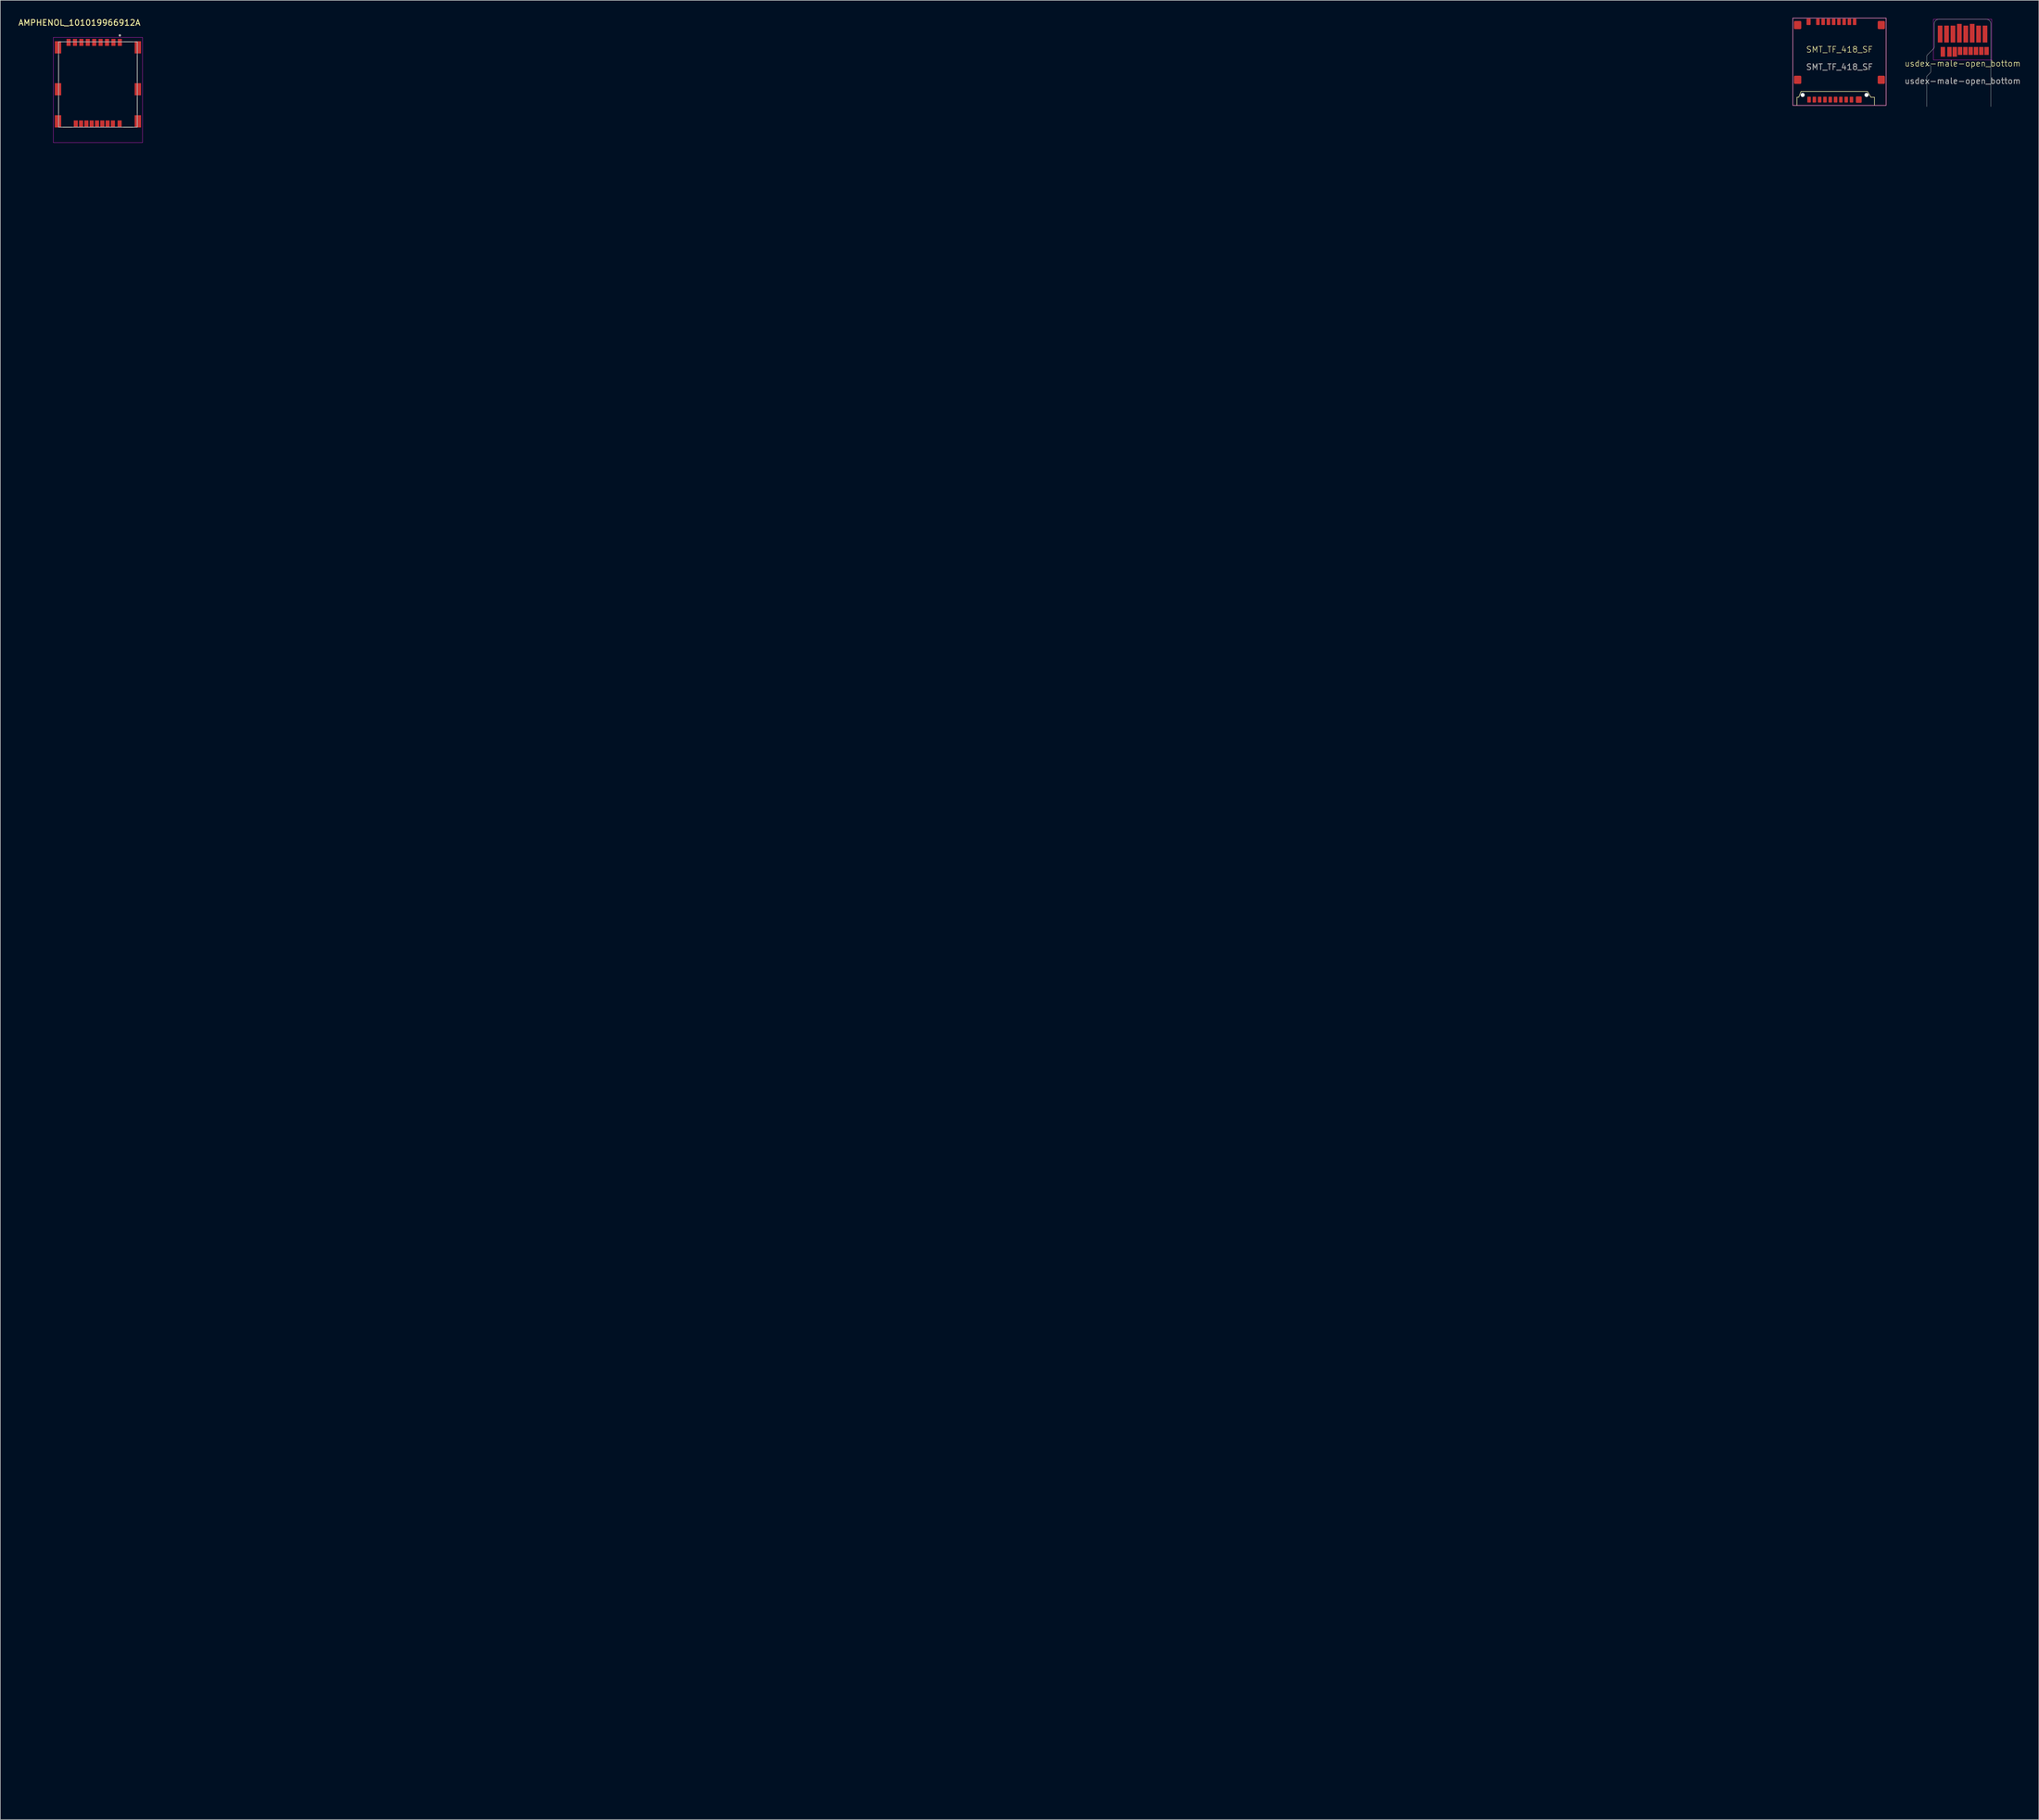
<source format=kicad_pcb>
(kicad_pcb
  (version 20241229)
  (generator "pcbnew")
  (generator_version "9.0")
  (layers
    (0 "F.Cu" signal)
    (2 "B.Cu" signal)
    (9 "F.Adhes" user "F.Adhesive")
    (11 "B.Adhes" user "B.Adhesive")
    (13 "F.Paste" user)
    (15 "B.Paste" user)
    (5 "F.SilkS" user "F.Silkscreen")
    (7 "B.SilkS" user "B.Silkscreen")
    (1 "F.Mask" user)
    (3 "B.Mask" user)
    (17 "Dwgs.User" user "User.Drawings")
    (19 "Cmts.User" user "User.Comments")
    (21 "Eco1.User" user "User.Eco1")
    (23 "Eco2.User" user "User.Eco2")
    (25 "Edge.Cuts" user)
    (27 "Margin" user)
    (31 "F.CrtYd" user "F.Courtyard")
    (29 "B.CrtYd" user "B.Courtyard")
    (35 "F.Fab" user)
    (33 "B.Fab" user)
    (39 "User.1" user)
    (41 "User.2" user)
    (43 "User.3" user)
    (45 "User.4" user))
  (footprint "AMPHENOL_101019966912A"
    (layer "F.Cu")
    (at 13.752 11.453)
    (property "Reference" "AMPHENOL_101019966912A" (at -3.175 -10.605 180) (layer "F.SilkS") (effects (font (size 1 1) (thickness 0.15))))
    (attr smd)
    (fp_line (start -6.75 -5.005) (end -6.75 -0.545) (stroke (width 0.127) (type solid)) (layer "F.SilkS"))
    (fp_line (start -6.75 2.195) (end -6.75 4.955) (stroke (width 0.127) (type solid)) (layer "F.SilkS"))
    (fp_line (start -4.47 7.325) (end -5.98 7.325) (stroke (width 0.127) (type solid)) (layer "F.SilkS"))
    (fp_line (start 4.43 -7.325) (end 5.98 -7.325) (stroke (width 0.127) (type solid)) (layer "F.SilkS"))
    (fp_line (start 5.98 7.325) (end 4.39 7.325) (stroke (width 0.127) (type solid)) (layer "F.SilkS"))
    (fp_line (start 6.75 -5.005) (end 6.75 -0.545) (stroke (width 0.127) (type solid)) (layer "F.SilkS"))
    (fp_line (start 6.75 2.195) (end 6.75 4.955) (stroke (width 0.127) (type solid)) (layer "F.SilkS"))
    (fp_circle (center 3.76 -8.425) (end 3.86 -8.425) (stroke (width 0.2) (type solid)) (fill no) (layer "F.SilkS"))
    (fp_line (start -7.65 -8.075) (end 7.65 -8.075) (stroke (width 0.05) (type solid)) (layer "F.CrtYd"))
    (fp_line (start -7.65 9.975) (end -7.65 -8.075) (stroke (width 0.05) (type solid)) (layer "F.CrtYd"))
    (fp_line (start 7.65 -8.075) (end 7.65 9.975) (stroke (width 0.05) (type solid)) (layer "F.CrtYd"))
    (fp_line (start 7.65 9.975) (end -7.65 9.975) (stroke (width 0.05) (type solid)) (layer "F.CrtYd"))
    (fp_line (start -6.75 -7.325) (end 6.75 -7.325) (stroke (width 0.127) (type solid)) (layer "F.Fab"))
    (fp_line (start -6.75 7.325) (end -6.75 -7.325) (stroke (width 0.127) (type solid)) (layer "F.Fab"))
    (fp_line (start 6.75 -7.325) (end 6.75 7.325) (stroke (width 0.127) (type solid)) (layer "F.Fab"))
    (fp_line (start 6.75 7.325) (end -6.75 7.325) (stroke (width 0.127) (type solid)) (layer "F.Fab"))
    (fp_circle (center 3.76 -8.425) (end 3.86 -8.425) (stroke (width 0.2) (type solid)) (fill no) (layer "F.Fab"))
    (pad "1" smd rect (at 3.76 -7.225) (size 0.7 1.2) (layers "F.Cu" "F.Mask" "F.Paste"))
    (pad "2" smd rect (at 2.66 -7.225) (size 0.7 1.2) (layers "F.Cu" "F.Mask" "F.Paste"))
    (pad "3" smd rect (at 1.56 -7.225) (size 0.7 1.2) (layers "F.Cu" "F.Mask" "F.Paste"))
    (pad "4" smd rect (at 0.46 -7.225) (size 0.7 1.2) (layers "F.Cu" "F.Mask" "F.Paste"))
    (pad "5" smd rect (at -0.64 -7.225) (size 0.7 1.2) (layers "F.Cu" "F.Mask" "F.Paste"))
    (pad "6" smd rect (at -1.74 -7.225) (size 0.7 1.2) (layers "F.Cu" "F.Mask" "F.Paste"))
    (pad "7" smd rect (at -2.84 -7.225) (size 0.7 1.2) (layers "F.Cu" "F.Mask" "F.Paste"))
    (pad "8" smd rect (at -3.94 -7.225) (size 0.7 1.2) (layers "F.Cu" "F.Mask" "F.Paste"))
    (pad "9" smd rect (at 3.72 6.775) (size 0.7 1.2) (layers "F.Cu" "F.Mask" "F.Paste"))
    (pad "10" smd rect (at 1.66 6.775) (size 0.7 1.2) (layers "F.Cu" "F.Mask" "F.Paste"))
    (pad "11" smd rect (at 0.75 6.775) (size 0.7 1.2) (layers "F.Cu" "F.Mask" "F.Paste"))
    (pad "12" smd rect (at -0.16 6.775) (size 0.7 1.2) (layers "F.Cu" "F.Mask" "F.Paste"))
    (pad "13" smd rect (at -1.07 6.775) (size 0.7 1.2) (layers "F.Cu" "F.Mask" "F.Paste"))
    (pad "14" smd rect (at -1.98 6.775) (size 0.7 1.2) (layers "F.Cu" "F.Mask" "F.Paste"))
    (pad "15" smd rect (at -2.89 6.775) (size 0.7 1.2) (layers "F.Cu" "F.Mask" "F.Paste"))
    (pad "16" smd rect (at -3.8 6.775) (size 0.7 1.2) (layers "F.Cu" "F.Mask" "F.Paste"))
    (pad "17" smd rect (at 2.57 6.775) (size 0.7 1.2) (layers "F.Cu" "F.Mask" "F.Paste"))
    (pad "DE" smd rect (at -5.04 -7.225) (size 0.7 1.2) (layers "F.Cu" "F.Mask" "F.Paste"))
    (pad "SH1" smd rect (at -6.85 0.825) (size 1.1 2.1) (layers "F.Cu" "F.Mask" "F.Paste"))
    (pad "SH2" smd rect (at -6.85 6.325) (size 1.1 2.1) (layers "F.Cu" "F.Mask" "F.Paste"))
    (pad "SH3" smd rect (at 6.85 6.325) (size 1.1 2.1) (layers "F.Cu" "F.Mask" "F.Paste"))
    (pad "SH4" smd rect (at 6.85 0.825) (size 1.1 2.1) (layers "F.Cu" "F.Mask" "F.Paste"))
    (pad "SH5" smd rect (at 6.85 -6.375) (size 1.1 2.1) (layers "F.Cu" "F.Mask" "F.Paste"))
    (pad "SW" smd rect (at -6.85 -6.375) (size 1.1 2.1) (layers "F.Cu" "F.Mask" "F.Paste"))
    (zone (net_name "") (layer "F.Cu") (hatch full 0.508) (connect_pads) (min_thickness 0.01) (filled_areas_thickness no) (keepout (tracks not_allowed) (vias not_allowed) (pads not_allowed) (copperpour not_allowed) (footprints allowed)) (placement (enabled no)) (fill) (polygon (pts (xy 288.752 294.128) (xy 300.752 294.128) (xy 300.752 295.428) (xy 301.502 295.428) (xy 301.502 299.928) (xy 300.752 299.928) (xy 300.752 302.628) (xy 301.502 302.628) (xy 301.502 305.428) (xy 300.752 305.428) (xy 300.752 306.328) (xy 288.752 306.328) (xy 288.752 305.428) (xy 288.002 305.428) (xy 288.002 302.628) (xy 288.752 302.628) (xy 288.752 299.928) (xy 288.002 299.928) (xy 288.002 295.428) (xy 288.752 295.428))))
    (zone (net_name "") (layers "F.Cu" "B.Cu") (hatch full 0.508) (connect_pads) (min_thickness 0.01) (filled_areas_thickness no) (keepout (tracks allowed) (vias not_allowed) (pads allowed) (copperpour allowed) (footprints allowed)) (placement (enabled no)) (fill) (polygon (pts (xy 288.752 294.128) (xy 300.752 294.128) (xy 300.752 295.428) (xy 301.502 295.428) (xy 301.502 299.928) (xy 300.752 299.928) (xy 300.752 302.628) (xy 301.502 302.628) (xy 301.502 305.428) (xy 300.752 305.428) (xy 300.752 306.328) (xy 288.752 306.328) (xy 288.752 305.428) (xy 288.002 305.428) (xy 288.002 302.628) (xy 288.752 302.628) (xy 288.752 299.928) (xy 288.002 299.928) (xy 288.002 295.428) (xy 288.752 295.428)))))
  (footprint "usdex-male-open_bottom"
    (layer "F.Cu")
    (at 333.67 0.25)
    (property "Reference" "usdex-male-open_bottom" (at 0.01 7.6 0) (unlocked yes) (layer "F.SilkS") (effects (font (size 1 1) (thickness 0.1))))
    (fp_line (start -6.15 6.396) (end -6.15 7.8) (stroke (width 0.05) (type solid)) (layer "Edge.Cuts"))
    (fp_line (start -6.15 9.8) (end -6.15 15) (stroke (width 0.05) (type solid)) (layer "Edge.Cuts"))
    (fp_line (start -6.05 7.9) (end -5.65 7.9) (stroke (width 0.05) (type default)) (layer "Edge.Cuts"))
    (fp_line (start -5.567 9.217) (end -6.15 9.8) (stroke (width 0.05) (type solid)) (layer "Edge.Cuts"))
    (fp_line (start -5.45 8.1) (end -5.45 8.934) (stroke (width 0.05) (type solid)) (layer "Edge.Cuts"))
    (fp_line (start -4.967 5.047) (end -6.033 6.113) (stroke (width 0.05) (type solid)) (layer "Edge.Cuts"))
    (fp_line (start -4.85 4.764) (end -4.85 0.8) (stroke (width 0.05) (type default)) (layer "Edge.Cuts"))
    (fp_line (start -4.05 0) (end 4.05 0) (stroke (width 0.05) (type solid)) (layer "Edge.Cuts"))
    (fp_line (start 4.85 0.8) (end 4.85 15) (stroke (width 0.05) (type solid)) (layer "Edge.Cuts"))
    (fp_arc (start -6.15 6.395685) (mid -6.119552 6.242612) (end -6.032843 6.112843) (stroke (width 0.05) (type default)) (layer "Edge.Cuts"))
    (fp_arc (start -6.05 7.9) (mid -6.120711 7.870711) (end -6.15 7.8) (stroke (width 0.05) (type default)) (layer "Edge.Cuts"))
    (fp_arc (start -5.65 7.9) (mid -5.508579 7.958579) (end -5.45 8.1) (stroke (width 0.05) (type default)) (layer "Edge.Cuts"))
    (fp_arc (start -5.45 8.934315) (mid -5.480448 9.087389) (end -5.567158 9.217158) (stroke (width 0.05) (type default)) (layer "Edge.Cuts"))
    (fp_arc (start -4.85 0.8) (mid -4.615685 0.234315) (end -4.05 0) (stroke (width 0.05) (type solid)) (layer "Edge.Cuts"))
    (fp_arc (start -4.85 4.764315) (mid -4.880448 4.917389) (end -4.967158 5.047158) (stroke (width 0.05) (type default)) (layer "Edge.Cuts"))
    (fp_arc (start 4.05 0) (mid 4.615685 0.234315) (end 4.85 0.8) (stroke (width 0.05) (type solid)) (layer "Edge.Cuts"))
    (fp_rect (start -5 0) (end 5 7) (stroke (width 0.05) (type default)) (fill no) (layer "F.CrtYd"))
    (fp_text user "${REFERENCE}" (at 0.01 10.6 0) (unlocked yes) (layer "F.Fab") (effects (font (size 1 1) (thickness 0.15))))
    (pad "1" smd rect (at -3.85 2.55) (size 0.8 2.9) (layers "F.Cu" "F.Mask" "F.Paste"))
    (pad "2" smd rect (at -2.75 2.55) (size 0.8 2.9) (layers "F.Cu" "F.Mask" "F.Paste"))
    (pad "3" smd rect (at -1.65 2.55) (size 0.8 2.9) (layers "F.Cu" "F.Mask" "F.Paste"))
    (pad "4" smd rect (at -0.55 2.4) (size 0.8 3.2) (layers "F.Cu" "F.Mask" "F.Paste"))
    (pad "5" smd rect (at 0.55 2.55) (size 0.8 2.9) (layers "F.Cu" "F.Mask" "F.Paste"))
    (pad "6" smd rect (at 1.65 2.4) (size 0.8 3.2) (layers "F.Cu" "F.Mask" "F.Paste"))
    (pad "7" smd rect (at 2.75 2.55) (size 0.8 2.9) (layers "F.Cu" "F.Mask" "F.Paste"))
    (pad "8" smd rect (at 3.85 2.55) (size 0.8 2.9) (layers "F.Cu" "F.Mask" "F.Paste"))
    (pad "9" smd rect (at -3.38 5.595) (size 0.76 1.67) (layers "F.Cu" "F.Mask" "F.Paste"))
    (pad "10" smd rect (at -1.34 5.595) (size 0.76 1.67) (layers "F.Cu" "F.Mask" "F.Paste"))
    (pad "11" smd rect (at -0.43 5.445) (size 0.76 1.37) (layers "F.Cu" "F.Mask" "F.Paste"))
    (pad "12" smd rect (at 0.48 5.445) (size 0.76 1.37) (layers "F.Cu" "F.Mask" "F.Paste"))
    (pad "13" smd rect (at 1.39 5.445) (size 0.76 1.37) (layers "F.Cu" "F.Mask" "F.Paste"))
    (pad "14" smd rect (at 2.3 5.445) (size 0.76 1.37) (layers "F.Cu" "F.Mask" "F.Paste"))
    (pad "15" smd rect (at 3.21 5.445) (size 0.76 1.37) (layers "F.Cu" "F.Mask" "F.Paste"))
    (pad "16" smd rect (at 4.12 5.445) (size 0.76 1.37) (layers "F.Cu" "F.Mask" "F.Paste"))
    (pad "17" smd rect (at -2.25 5.595) (size 0.76 1.67) (layers "F.Cu" "F.Mask" "F.Paste")))
  (footprint "SMT_TF_418_SF"
    (layer "F.Cu")
    (at 312.552 5.95)
    (property "Reference" "SMT_TF_418_SF" (at 0 -0.5 0) (unlocked yes) (layer "F.SilkS") (effects (font (size 1 1) (thickness 0.1))))
    (fp_line (start -7.3 7.7) (end -7 7.7) (stroke (width 0.1) (type solid)) (layer "F.SilkS"))
    (fp_line (start -7.3 9.1) (end -7.3 7.7) (stroke (width 0.1) (type solid)) (layer "F.SilkS"))
    (fp_line (start -7 7.7) (end -6.6 6.7) (stroke (width 0.1) (type default)) (layer "F.SilkS"))
    (fp_line (start -6.6 6.7) (end -6.2 6.7) (stroke (width 0.1) (type default)) (layer "F.SilkS"))
    (fp_line (start -6.2 6.7) (end 4.8 6.7) (stroke (width 0.1) (type default)) (layer "F.SilkS"))
    (fp_line (start 4.8 2.9) (end 4.5 2.9) (stroke (width 0.1) (type default)) (layer "F.SilkS"))
    (fp_line (start 5.4 7.7) (end 4.8 6.7) (stroke (width 0.1) (type default)) (layer "F.SilkS"))
    (fp_line (start 5.4 7.7) (end 6 7.7) (stroke (width 0.1) (type solid)) (layer "F.SilkS"))
    (fp_line (start 6 9.05) (end 6 7.7) (stroke (width 0.1) (type solid)) (layer "F.SilkS"))
    (fp_rect (start -8 -5.9) (end 8 9.1) (stroke (width 0.1) (type solid)) (fill no) (layer "F.SilkS"))
    (fp_rect (start -8 -5.9) (end 8 9.1) (stroke (width 0.05) (type solid)) (fill no) (layer "F.CrtYd"))
    (fp_text user "${REFERENCE}" (at 0 2.5 0) (unlocked yes) (layer "F.Fab") (effects (font (size 1 1) (thickness 0.15))))
    (pad "" np_thru_hole circle (at -6.32 7.3 90) (size 0.7 0.7) (drill 0.7) (layers "*.Cu" "*.Mask"))
    (pad "" np_thru_hole circle (at 4.64 7.3 90) (size 0.7 0.7) (drill 0.7) (layers "*.Cu" "*.Mask"))
    (pad "1" smd roundrect (at 2.6 -5.25 90) (size 1.1 0.6) (layers "F.Cu" "F.Mask" "F.Paste") (roundrect_rratio 0.15))
    (pad "2" smd roundrect (at 1.7 -5.25 90) (size 1.1 0.6) (layers "F.Cu" "F.Mask" "F.Paste") (roundrect_rratio 0.15))
    (pad "3" smd roundrect (at 0.8 -5.25 90) (size 1.1 0.6) (layers "F.Cu" "F.Mask" "F.Paste") (roundrect_rratio 0.15))
    (pad "4" smd roundrect (at -0.1 -5.25 90) (size 1.1 0.6) (layers "F.Cu" "F.Mask" "F.Paste") (roundrect_rratio 0.15))
    (pad "5" smd roundrect (at -1 -5.25 90) (size 1.1 0.6) (layers "F.Cu" "F.Mask" "F.Paste") (roundrect_rratio 0.15))
    (pad "6" smd roundrect (at -1.9 -5.25 90) (size 1.1 0.6) (layers "F.Cu" "F.Mask" "F.Paste") (roundrect_rratio 0.15))
    (pad "7" smd roundrect (at -2.8 -5.25 90) (size 1.1 0.6) (layers "F.Cu" "F.Mask" "F.Paste") (roundrect_rratio 0.15))
    (pad "8" smd roundrect (at -3.7 -5.25 90) (size 1.1 0.6) (layers "F.Cu" "F.Mask" "F.Paste") (roundrect_rratio 0.15))
    (pad "9" smd roundrect (at -5.3 -5.25 90) (size 1.1 0.7) (layers "F.Cu" "F.Mask" "F.Paste") (roundrect_rratio 0.15))
    (pad "10" smd roundrect (at -7.18 -4.7 90) (size 1.4 1.25) (layers "F.Cu" "F.Mask" "F.Paste") (roundrect_rratio 0.15))
    (pad "11" smd roundrect (at 7.18 -4.7 90) (size 1.4 1.25) (layers "F.Cu" "F.Mask" "F.Paste") (roundrect_rratio 0.15))
    (pad "12" smd roundrect (at -7.18 4.7 90) (size 1.4 1.25) (layers "F.Cu" "F.Mask" "F.Paste") (roundrect_rratio 0.15))
    (pad "13" smd roundrect (at 7.18 4.7 90) (size 1.4 1.25) (layers "F.Cu" "F.Mask" "F.Paste") (roundrect_rratio 0.15))
    (pad "14" smd roundrect (at 3.31 8.1 90) (size 1.1 1) (layers "F.Cu" "F.Mask" "F.Paste") (roundrect_rratio 0.15))
    (pad "15" smd roundrect (at 2.06 8.1 90) (size 1 0.6) (layers "F.Cu" "F.Mask" "F.Paste") (roundrect_rratio 0.15))
    (pad "16" smd roundrect (at 1.15 8.1 90) (size 1 0.6) (layers "F.Cu" "F.Mask" "F.Paste") (roundrect_rratio 0.15))
    (pad "17" smd roundrect (at 0.24 8.1 90) (size 1 0.6) (layers "F.Cu" "F.Mask" "F.Paste") (roundrect_rratio 0.15))
    (pad "18" smd roundrect (at -0.67 8.1 90) (size 1 0.6) (layers "F.Cu" "F.Mask" "F.Paste") (roundrect_rratio 0.15))
    (pad "19" smd roundrect (at -1.58 8.1 90) (size 1 0.6) (layers "F.Cu" "F.Mask" "F.Paste") (roundrect_rratio 0.15))
    (pad "20" smd roundrect (at -2.49 8.1 90) (size 1 0.6) (layers "F.Cu" "F.Mask" "F.Paste") (roundrect_rratio 0.15))
    (pad "21" smd roundrect (at -3.4 8.1 90) (size 1 0.6) (layers "F.Cu" "F.Mask" "F.Paste") (roundrect_rratio 0.15))
    (pad "22" smd roundrect (at -4.31 8.1 90) (size 1 0.6) (layers "F.Cu" "F.Mask" "F.Paste") (roundrect_rratio 0.15))
    (pad "23" smd roundrect (at -5.22 8.1 90) (size 1 0.6) (layers "F.Cu" "F.Mask" "F.Paste") (roundrect_rratio 0.15)))
  (gr_rect
    (start -3 -3)
    (end 346.757 309.328)
    (stroke (width 0.1) (type default))
    (fill no)
    (layer "Edge.Cuts")))
</source>
